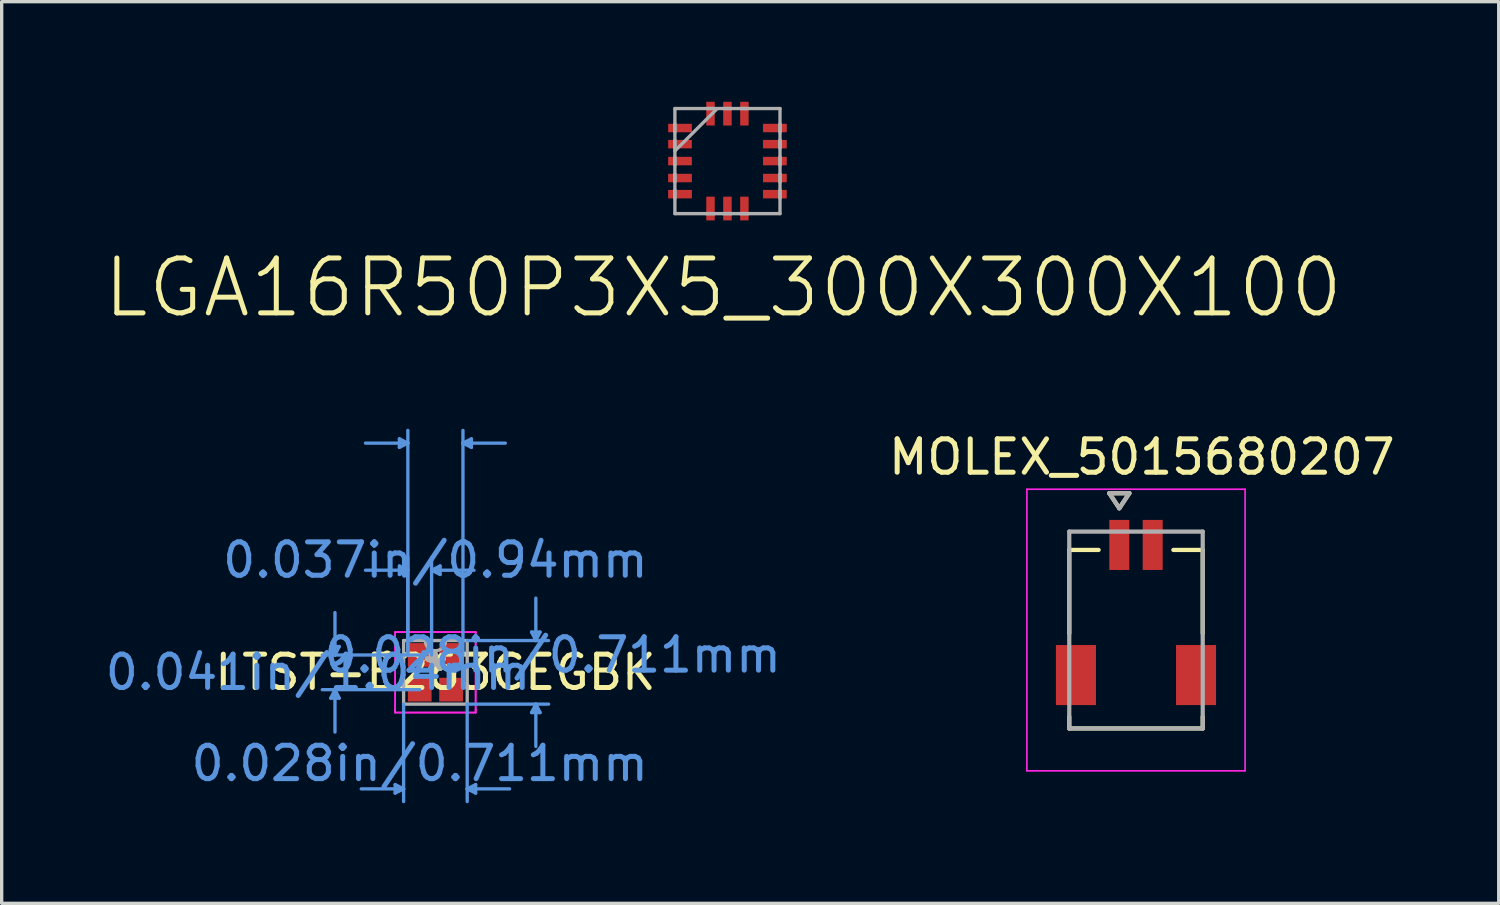
<source format=kicad_pcb>
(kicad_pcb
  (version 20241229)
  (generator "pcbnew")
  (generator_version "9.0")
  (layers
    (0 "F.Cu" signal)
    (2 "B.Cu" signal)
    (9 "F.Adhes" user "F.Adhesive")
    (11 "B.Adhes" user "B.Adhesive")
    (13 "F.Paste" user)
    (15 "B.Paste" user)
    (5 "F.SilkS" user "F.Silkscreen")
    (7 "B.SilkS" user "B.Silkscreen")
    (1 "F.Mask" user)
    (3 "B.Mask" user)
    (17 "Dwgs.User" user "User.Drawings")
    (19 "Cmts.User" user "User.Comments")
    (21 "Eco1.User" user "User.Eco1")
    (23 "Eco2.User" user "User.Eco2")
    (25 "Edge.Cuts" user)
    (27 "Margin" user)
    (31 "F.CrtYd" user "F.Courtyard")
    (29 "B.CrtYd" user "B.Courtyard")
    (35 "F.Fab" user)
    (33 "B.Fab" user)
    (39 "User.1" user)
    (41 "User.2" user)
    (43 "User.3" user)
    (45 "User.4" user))
  (footprint "LGA16R50P3X5_300X300X100"
    (layer "F.Cu")
    (at 18.753 1.778)
    (property "Reference" "LGA16R50P3X5_300X300X100" (at -0.127 3.796 0) (layer "F.SilkS") (effects (font (size 1.645 1.645) (thickness 0.15))))
    (attr through_hole)
    (fp_line (start -1.575 -1.575) (end -1.575 1.575) (stroke (width 0.1) (type solid)) (layer "F.Fab"))
    (fp_line (start -1.575 -1.118) (end -1.575 -0.864) (stroke (width 0.1) (type solid)) (layer "F.Fab"))
    (fp_line (start -1.575 -0.635) (end -1.575 -0.381) (stroke (width 0.1) (type solid)) (layer "F.Fab"))
    (fp_line (start -1.575 -0.305) (end -0.305 -1.575) (stroke (width 0.1) (type solid)) (layer "F.Fab"))
    (fp_line (start -1.575 -0.127) (end -1.575 0.127) (stroke (width 0.1) (type solid)) (layer "F.Fab"))
    (fp_line (start -1.575 0.381) (end -1.575 0.635) (stroke (width 0.1) (type solid)) (layer "F.Fab"))
    (fp_line (start -1.575 0.864) (end -1.575 1.118) (stroke (width 0.1) (type solid)) (layer "F.Fab"))
    (fp_line (start -1.575 1.575) (end 1.575 1.575) (stroke (width 0.1) (type solid)) (layer "F.Fab"))
    (fp_line (start -0.635 1.575) (end -0.381 1.575) (stroke (width 0.1) (type solid)) (layer "F.Fab"))
    (fp_line (start -0.381 -1.575) (end -0.635 -1.575) (stroke (width 0.1) (type solid)) (layer "F.Fab"))
    (fp_line (start -0.127 1.575) (end 0.127 1.575) (stroke (width 0.1) (type solid)) (layer "F.Fab"))
    (fp_line (start 0.127 -1.575) (end -0.127 -1.575) (stroke (width 0.1) (type solid)) (layer "F.Fab"))
    (fp_line (start 0.381 1.575) (end 0.635 1.575) (stroke (width 0.1) (type solid)) (layer "F.Fab"))
    (fp_line (start 0.635 -1.575) (end 0.381 -1.575) (stroke (width 0.1) (type solid)) (layer "F.Fab"))
    (fp_line (start 1.575 -1.575) (end -1.575 -1.575) (stroke (width 0.1) (type solid)) (layer "F.Fab"))
    (fp_line (start 1.575 -0.864) (end 1.575 -1.118) (stroke (width 0.1) (type solid)) (layer "F.Fab"))
    (fp_line (start 1.575 -0.381) (end 1.575 -0.635) (stroke (width 0.1) (type solid)) (layer "F.Fab"))
    (fp_line (start 1.575 0.127) (end 1.575 -0.127) (stroke (width 0.1) (type solid)) (layer "F.Fab"))
    (fp_line (start 1.575 0.635) (end 1.575 0.381) (stroke (width 0.1) (type solid)) (layer "F.Fab"))
    (fp_line (start 1.575 1.118) (end 1.575 0.864) (stroke (width 0.1) (type solid)) (layer "F.Fab"))
    (fp_line (start 1.575 1.575) (end 1.575 -1.575) (stroke (width 0.1) (type solid)) (layer "F.Fab"))
    (pad "1" smd rect (at -1.422 -0.991 270) (size 0.254 0.711) (layers "F.Cu" "F.Mask" "F.Paste"))
    (pad "2" smd rect (at -1.422 -0.508 270) (size 0.254 0.711) (layers "F.Cu" "F.Mask" "F.Paste"))
    (pad "3" smd rect (at -1.422 0 270) (size 0.254 0.711) (layers "F.Cu" "F.Mask" "F.Paste"))
    (pad "4" smd rect (at -1.422 0.508 270) (size 0.254 0.711) (layers "F.Cu" "F.Mask" "F.Paste"))
    (pad "5" smd rect (at -1.422 0.991 270) (size 0.254 0.711) (layers "F.Cu" "F.Mask" "F.Paste"))
    (pad "6" smd rect (at -0.508 1.422 180) (size 0.254 0.711) (layers "F.Cu" "F.Mask" "F.Paste"))
    (pad "7" smd rect (at 0 1.422 180) (size 0.254 0.711) (layers "F.Cu" "F.Mask" "F.Paste"))
    (pad "8" smd rect (at 0.508 1.422 180) (size 0.254 0.711) (layers "F.Cu" "F.Mask" "F.Paste"))
    (pad "9" smd rect (at 1.422 0.991 270) (size 0.254 0.711) (layers "F.Cu" "F.Mask" "F.Paste"))
    (pad "10" smd rect (at 1.422 0.508 270) (size 0.254 0.711) (layers "F.Cu" "F.Mask" "F.Paste"))
    (pad "11" smd rect (at 1.422 0 270) (size 0.254 0.711) (layers "F.Cu" "F.Mask" "F.Paste"))
    (pad "12" smd rect (at 1.422 -0.508 270) (size 0.254 0.711) (layers "F.Cu" "F.Mask" "F.Paste"))
    (pad "13" smd rect (at 1.422 -0.991 270) (size 0.254 0.711) (layers "F.Cu" "F.Mask" "F.Paste"))
    (pad "14" smd rect (at 0.508 -1.422 180) (size 0.254 0.711) (layers "F.Cu" "F.Mask" "F.Paste"))
    (pad "15" smd rect (at 0 -1.422 180) (size 0.254 0.711) (layers "F.Cu" "F.Mask" "F.Paste"))
    (pad "16" smd rect (at -0.508 -1.422 180) (size 0.254 0.711) (layers "F.Cu" "F.Mask" "F.Paste")))
  (footprint "LTST-E263CEGBK"
    (layer "F.Cu")
    (at 10 17.101)
    (property "Reference" "LTST-E263CEGBK" (at 0 0 0) (layer "F.SilkS") (effects (font (size 1 1) (thickness 0.15))))
    (attr through_hole)
    (fp_circle (center -1.447 -0.52) (end -1.371 -0.52) (stroke (width 0.12) (type solid)) (fill no) (layer "F.SilkS"))
    (fp_line (start -3.137 -0.774) (end -2.883 -0.774) (stroke (width 0.1) (type solid)) (layer "Cmts.User"))
    (fp_line (start -3.137 0.774) (end -2.883 0.774) (stroke (width 0.1) (type solid)) (layer "Cmts.User"))
    (fp_line (start -3.01 -0.52) (end -3.137 -0.774) (stroke (width 0.1) (type solid)) (layer "Cmts.User"))
    (fp_line (start -3.01 -0.52) (end -3.01 -1.79) (stroke (width 0.1) (type solid)) (layer "Cmts.User"))
    (fp_line (start -3.01 -0.52) (end -2.883 -0.774) (stroke (width 0.1) (type solid)) (layer "Cmts.User"))
    (fp_line (start -3.01 0.52) (end -3.137 0.774) (stroke (width 0.1) (type solid)) (layer "Cmts.User"))
    (fp_line (start -3.01 0.52) (end -3.01 1.79) (stroke (width 0.1) (type solid)) (layer "Cmts.User"))
    (fp_line (start -3.01 0.52) (end -2.883 0.774) (stroke (width 0.1) (type solid)) (layer "Cmts.User"))
    (fp_line (start -1.206 3.365) (end -1.206 3.619) (stroke (width 0.1) (type solid)) (layer "Cmts.User"))
    (fp_line (start -1.079 -6.997) (end -1.079 -6.743) (stroke (width 0.1) (type solid)) (layer "Cmts.User"))
    (fp_line (start -1.079 -3.187) (end -1.079 -2.933) (stroke (width 0.1) (type solid)) (layer "Cmts.User"))
    (fp_line (start -0.953 0.953) (end -0.953 3.873) (stroke (width 0.1) (type solid)) (layer "Cmts.User"))
    (fp_line (start -0.953 3.493) (end -2.223 3.493) (stroke (width 0.1) (type solid)) (layer "Cmts.User"))
    (fp_line (start -0.953 3.493) (end -1.206 3.365) (stroke (width 0.1) (type solid)) (layer "Cmts.User"))
    (fp_line (start -0.953 3.493) (end -1.206 3.619) (stroke (width 0.1) (type solid)) (layer "Cmts.User"))
    (fp_line (start -0.826 -6.87) (end -2.095 -6.87) (stroke (width 0.1) (type solid)) (layer "Cmts.User"))
    (fp_line (start -0.826 -6.87) (end -1.079 -6.997) (stroke (width 0.1) (type solid)) (layer "Cmts.User"))
    (fp_line (start -0.826 -6.87) (end -1.079 -6.743) (stroke (width 0.1) (type solid)) (layer "Cmts.User"))
    (fp_line (start -0.826 -3.06) (end -2.095 -3.06) (stroke (width 0.1) (type solid)) (layer "Cmts.User"))
    (fp_line (start -0.826 -3.06) (end -1.079 -3.187) (stroke (width 0.1) (type solid)) (layer "Cmts.User"))
    (fp_line (start -0.826 -3.06) (end -1.079 -2.933) (stroke (width 0.1) (type solid)) (layer "Cmts.User"))
    (fp_line (start -0.826 -0.52) (end -0.826 -7.251) (stroke (width 0.1) (type solid)) (layer "Cmts.User"))
    (fp_line (start -0.826 -0.52) (end -0.826 -3.441) (stroke (width 0.1) (type solid)) (layer "Cmts.User"))
    (fp_line (start -0.47 -0.52) (end -3.391 -0.52) (stroke (width 0.1) (type solid)) (layer "Cmts.User"))
    (fp_line (start -0.47 0.52) (end -3.391 0.52) (stroke (width 0.1) (type solid)) (layer "Cmts.User"))
    (fp_line (start -0.114 -3.06) (end 0.14 -3.187) (stroke (width 0.1) (type solid)) (layer "Cmts.User"))
    (fp_line (start -0.114 -3.06) (end 0.14 -2.933) (stroke (width 0.1) (type solid)) (layer "Cmts.User"))
    (fp_line (start -0.114 -3.06) (end 1.156 -3.06) (stroke (width 0.1) (type solid)) (layer "Cmts.User"))
    (fp_line (start -0.114 -0.52) (end -0.114 -3.441) (stroke (width 0.1) (type solid)) (layer "Cmts.User"))
    (fp_line (start 0.14 -3.187) (end 0.14 -2.933) (stroke (width 0.1) (type solid)) (layer "Cmts.User"))
    (fp_line (start 0.826 -6.87) (end 1.079 -6.997) (stroke (width 0.1) (type solid)) (layer "Cmts.User"))
    (fp_line (start 0.826 -6.87) (end 1.079 -6.743) (stroke (width 0.1) (type solid)) (layer "Cmts.User"))
    (fp_line (start 0.826 -6.87) (end 2.095 -6.87) (stroke (width 0.1) (type solid)) (layer "Cmts.User"))
    (fp_line (start 0.826 -0.52) (end 0.826 -7.251) (stroke (width 0.1) (type solid)) (layer "Cmts.User"))
    (fp_line (start 0.953 -0.953) (end 3.391 -0.953) (stroke (width 0.1) (type solid)) (layer "Cmts.User"))
    (fp_line (start 0.953 0.953) (end 0.953 3.873) (stroke (width 0.1) (type solid)) (layer "Cmts.User"))
    (fp_line (start 0.953 0.953) (end 3.391 0.953) (stroke (width 0.1) (type solid)) (layer "Cmts.User"))
    (fp_line (start 0.953 3.493) (end 1.206 3.365) (stroke (width 0.1) (type solid)) (layer "Cmts.User"))
    (fp_line (start 0.953 3.493) (end 1.206 3.619) (stroke (width 0.1) (type solid)) (layer "Cmts.User"))
    (fp_line (start 0.953 3.493) (end 2.223 3.493) (stroke (width 0.1) (type solid)) (layer "Cmts.User"))
    (fp_line (start 1.079 -6.997) (end 1.079 -6.743) (stroke (width 0.1) (type solid)) (layer "Cmts.User"))
    (fp_line (start 1.206 3.365) (end 1.206 3.619) (stroke (width 0.1) (type solid)) (layer "Cmts.User"))
    (fp_line (start 2.883 -1.206) (end 3.137 -1.206) (stroke (width 0.1) (type solid)) (layer "Cmts.User"))
    (fp_line (start 2.883 1.206) (end 3.137 1.206) (stroke (width 0.1) (type solid)) (layer "Cmts.User"))
    (fp_line (start 3.01 -0.953) (end 2.883 -1.206) (stroke (width 0.1) (type solid)) (layer "Cmts.User"))
    (fp_line (start 3.01 -0.953) (end 3.01 -2.223) (stroke (width 0.1) (type solid)) (layer "Cmts.User"))
    (fp_line (start 3.01 -0.953) (end 3.137 -1.206) (stroke (width 0.1) (type solid)) (layer "Cmts.User"))
    (fp_line (start 3.01 0.953) (end 2.883 1.206) (stroke (width 0.1) (type solid)) (layer "Cmts.User"))
    (fp_line (start 3.01 0.953) (end 3.01 2.223) (stroke (width 0.1) (type solid)) (layer "Cmts.User"))
    (fp_line (start 3.01 0.953) (end 3.137 1.206) (stroke (width 0.1) (type solid)) (layer "Cmts.User"))
    (fp_line (start -1.206 -1.206) (end 1.206 -1.206) (stroke (width 0.05) (type solid)) (layer "F.CrtYd"))
    (fp_line (start -1.206 -1.206) (end 1.206 -1.206) (stroke (width 0.05) (type solid)) (layer "F.CrtYd"))
    (fp_line (start -1.206 -1.13) (end -1.206 -1.206) (stroke (width 0.05) (type solid)) (layer "F.CrtYd"))
    (fp_line (start -1.206 -1.13) (end -1.206 -1.206) (stroke (width 0.05) (type solid)) (layer "F.CrtYd"))
    (fp_line (start -1.206 -1.13) (end -1.206 -1.13) (stroke (width 0.05) (type solid)) (layer "F.CrtYd"))
    (fp_line (start -1.206 -1.13) (end -1.206 -1.13) (stroke (width 0.05) (type solid)) (layer "F.CrtYd"))
    (fp_line (start -1.206 1.13) (end -1.206 -1.13) (stroke (width 0.05) (type solid)) (layer "F.CrtYd"))
    (fp_line (start -1.206 1.13) (end -1.206 -1.13) (stroke (width 0.05) (type solid)) (layer "F.CrtYd"))
    (fp_line (start -1.206 1.13) (end -1.206 1.13) (stroke (width 0.05) (type solid)) (layer "F.CrtYd"))
    (fp_line (start -1.206 1.13) (end -1.206 1.13) (stroke (width 0.05) (type solid)) (layer "F.CrtYd"))
    (fp_line (start -1.206 1.206) (end -1.206 1.13) (stroke (width 0.05) (type solid)) (layer "F.CrtYd"))
    (fp_line (start -1.206 1.206) (end -1.206 1.13) (stroke (width 0.05) (type solid)) (layer "F.CrtYd"))
    (fp_line (start 1.206 -1.206) (end 1.206 -1.13) (stroke (width 0.05) (type solid)) (layer "F.CrtYd"))
    (fp_line (start 1.206 -1.206) (end 1.206 -1.13) (stroke (width 0.05) (type solid)) (layer "F.CrtYd"))
    (fp_line (start 1.206 -1.13) (end 1.206 -1.13) (stroke (width 0.05) (type solid)) (layer "F.CrtYd"))
    (fp_line (start 1.206 -1.13) (end 1.206 -1.13) (stroke (width 0.05) (type solid)) (layer "F.CrtYd"))
    (fp_line (start 1.206 -1.13) (end 1.206 1.13) (stroke (width 0.05) (type solid)) (layer "F.CrtYd"))
    (fp_line (start 1.206 -1.13) (end 1.206 1.13) (stroke (width 0.05) (type solid)) (layer "F.CrtYd"))
    (fp_line (start 1.206 1.13) (end 1.206 1.13) (stroke (width 0.05) (type solid)) (layer "F.CrtYd"))
    (fp_line (start 1.206 1.13) (end 1.206 1.13) (stroke (width 0.05) (type solid)) (layer "F.CrtYd"))
    (fp_line (start 1.206 1.13) (end 1.206 1.206) (stroke (width 0.05) (type solid)) (layer "F.CrtYd"))
    (fp_line (start 1.206 1.13) (end 1.206 1.206) (stroke (width 0.05) (type solid)) (layer "F.CrtYd"))
    (fp_line (start 1.206 1.206) (end -1.206 1.206) (stroke (width 0.05) (type solid)) (layer "F.CrtYd"))
    (fp_line (start 1.206 1.206) (end -1.206 1.206) (stroke (width 0.05) (type solid)) (layer "F.CrtYd"))
    (fp_line (start -0.953 -0.953) (end -0.953 0.953) (stroke (width 0.1) (type solid)) (layer "F.Fab"))
    (fp_line (start -0.953 0.953) (end 0.953 0.953) (stroke (width 0.1) (type solid)) (layer "F.Fab"))
    (fp_line (start 0.953 -0.953) (end -0.953 -0.953) (stroke (width 0.1) (type solid)) (layer "F.Fab"))
    (fp_line (start 0.953 0.953) (end 0.953 -0.953) (stroke (width 0.1) (type solid)) (layer "F.Fab"))
    (fp_arc (start 0.3048 -0.9525) (mid 0 -0.6477) (end -0.3048 -0.9525) (stroke (width 0.1) (type solid)) (layer "F.Fab"))
    (fp_circle (center -0.114 -0.52) (end -0.114 -0.52) (stroke (width 0.1) (type solid)) (fill no) (layer "F.Fab"))
    (fp_text user "*" (at 0 0 0) (layer "F.SilkS") (effects (font (size 1 1) (thickness 0.15))))
    (fp_text user "0.037in/0.94mm" (at 0 -3.365 0) (layer "Cmts.User") (effects (font (size 1 1) (thickness 0.15))))
    (fp_text user "0.041in/1.04mm" (at -3.518 0 0) (layer "Cmts.User") (effects (font (size 1 1) (thickness 0.15))))
    (fp_text user "0.028in/0.711mm" (at -0.47 2.731 0) (layer "Cmts.User") (effects (font (size 1 1) (thickness 0.15))))
    (fp_text user "0.028in/0.711mm" (at 3.518 -0.52 0) (layer "Cmts.User") (effects (font (size 1 1) (thickness 0.15))))
    (fp_text user "Copyright 2021 Accelerated Designs. All rights reserved." (at 0 0 0) (layer "Cmts.User") (effects (font (size 0.127 0.127) (thickness 0.002))))
    (fp_text user "*" (at 0 0 0) (layer "F.Fab") (effects (font (size 1 1) (thickness 0.15))))
    (pad "1" smd rect (at -0.47 -0.52) (size 0.711 0.711) (layers "F.Cu" "F.Mask" "F.Paste"))
    (pad "2" smd rect (at 0.47 -0.52) (size 0.711 0.711) (layers "F.Cu" "F.Mask" "F.Paste"))
    (pad "3" smd rect (at 0.47 0.52) (size 0.711 0.711) (layers "F.Cu" "F.Mask" "F.Paste"))
    (pad "4" smd rect (at -0.47 0.52) (size 0.711 0.711) (layers "F.Cu" "F.Mask" "F.Paste")))
  (footprint "MOLEX_5015680207"
    (layer "F.Cu")
    (at 30.998 15.833)
    (property "Reference" "MOLEX_5015680207" (at 0.175 -5.185 0) (layer "F.SilkS") (effects (font (size 1 1) (thickness 0.15))))
    (attr through_hole)
    (fp_poly (pts (xy -2.476 0.374) (xy -1.124 0.374) (xy -1.124 2.326) (xy -2.476 2.326)) (stroke (width 0.01) (type solid)) (fill yes) (layer "F.Mask"))
    (fp_poly (pts (xy -0.876 -3.376) (xy -0.124 -3.376) (xy -0.124 -1.724) (xy -0.876 -1.724)) (stroke (width 0.01) (type solid)) (fill yes) (layer "F.Mask"))
    (fp_poly (pts (xy 0.124 -3.376) (xy 0.876 -3.376) (xy 0.876 -1.724) (xy 0.124 -1.724)) (stroke (width 0.01) (type solid)) (fill yes) (layer "F.Mask"))
    (fp_poly (pts (xy 1.124 0.374) (xy 2.476 0.374) (xy 2.476 2.326) (xy 1.124 2.326)) (stroke (width 0.01) (type solid)) (fill yes) (layer "F.Mask"))
    (fp_line (start -2 -2.4) (end -1.12 -2.4) (stroke (width 0.127) (type solid)) (layer "F.SilkS"))
    (fp_line (start -2 0.1) (end -2 -2.4) (stroke (width 0.127) (type solid)) (layer "F.SilkS"))
    (fp_line (start -2 2.6) (end -2 2.95) (stroke (width 0.127) (type solid)) (layer "F.SilkS"))
    (fp_line (start -2 2.95) (end 2 2.95) (stroke (width 0.127) (type solid)) (layer "F.SilkS"))
    (fp_line (start -0.8 -4.1) (end -0.2 -4.1) (stroke (width 0.127) (type solid)) (layer "F.SilkS"))
    (fp_line (start -0.5 -3.65) (end -0.8 -4.1) (stroke (width 0.127) (type solid)) (layer "F.SilkS"))
    (fp_line (start -0.2 -4.1) (end -0.5 -3.65) (stroke (width 0.127) (type solid)) (layer "F.SilkS"))
    (fp_line (start 1.12 -2.4) (end 2 -2.4) (stroke (width 0.127) (type solid)) (layer "F.SilkS"))
    (fp_line (start 2 -2.4) (end 2 0.1) (stroke (width 0.127) (type solid)) (layer "F.SilkS"))
    (fp_line (start 2 2.95) (end 2 2.6) (stroke (width 0.127) (type solid)) (layer "F.SilkS"))
    (fp_line (start -3.27 -4.22) (end 3.27 -4.22) (stroke (width 0.05) (type solid)) (layer "F.CrtYd"))
    (fp_line (start -3.27 4.22) (end -3.27 -4.22) (stroke (width 0.05) (type solid)) (layer "F.CrtYd"))
    (fp_line (start -3.27 4.22) (end 3.27 4.22) (stroke (width 0.05) (type solid)) (layer "F.CrtYd"))
    (fp_line (start 3.27 -4.22) (end 3.27 4.22) (stroke (width 0.05) (type solid)) (layer "F.CrtYd"))
    (fp_line (start -2 -2.95) (end 2 -2.95) (stroke (width 0.127) (type solid)) (layer "F.Fab"))
    (fp_line (start -2 2.95) (end -2 -2.95) (stroke (width 0.127) (type solid)) (layer "F.Fab"))
    (fp_line (start -0.8 -4.1) (end -0.2 -4.1) (stroke (width 0.127) (type solid)) (layer "F.Fab"))
    (fp_line (start -0.5 -3.65) (end -0.8 -4.1) (stroke (width 0.127) (type solid)) (layer "F.Fab"))
    (fp_line (start -0.2 -4.1) (end -0.5 -3.65) (stroke (width 0.127) (type solid)) (layer "F.Fab"))
    (fp_line (start 2 -2.95) (end 2 2.95) (stroke (width 0.127) (type solid)) (layer "F.Fab"))
    (fp_line (start 2 2.95) (end -2 2.95) (stroke (width 0.127) (type solid)) (layer "F.Fab"))
    (pad "1" smd rect (at -0.5 -2.55) (size 0.6 1.5) (layers "F.Cu" "F.Paste"))
    (pad "2" smd rect (at 0.5 -2.55) (size 0.6 1.5) (layers "F.Cu" "F.Paste"))
    (pad "S1" smd rect (at 1.8 1.35) (size 1.2 1.8) (layers "F.Cu" "F.Paste"))
    (pad "S2" smd rect (at -1.8 1.35) (size 1.2 1.8) (layers "F.Cu" "F.Paste"))
    (zone (net_name "") (layer "F.Cu") (hatch full 0.508) (connect_pads) (min_thickness 0.01) (filled_areas_thickness no) (keepout (tracks not_allowed) (vias not_allowed) (pads not_allowed) (copperpour not_allowed) (footprints allowed)) (placement (enabled no)) (fill) (polygon (pts (xy 32.348 16.278) (xy 32.348 13.433) (xy 31.803 13.433) (xy 31.803 14.038) (xy 31.193 14.038) (xy 31.193 13.433) (xy 30.803 13.433) (xy 30.803 14.038) (xy 30.193 14.038) (xy 30.193 13.433) (xy 29.648 13.433) (xy 29.648 16.278) (xy 29.803 16.278) (xy 29.803 18.088) (xy 29.648 18.088) (xy 29.648 19.083) (xy 32.348 19.083) (xy 32.348 18.088) (xy 32.193 18.088) (xy 32.193 16.278)))))
  (gr_rect
    (start -3 -3)
    (end 41.869 24.024)
    (stroke (width 0.1) (type default))
    (fill no)
    (layer "Edge.Cuts")))
</source>
